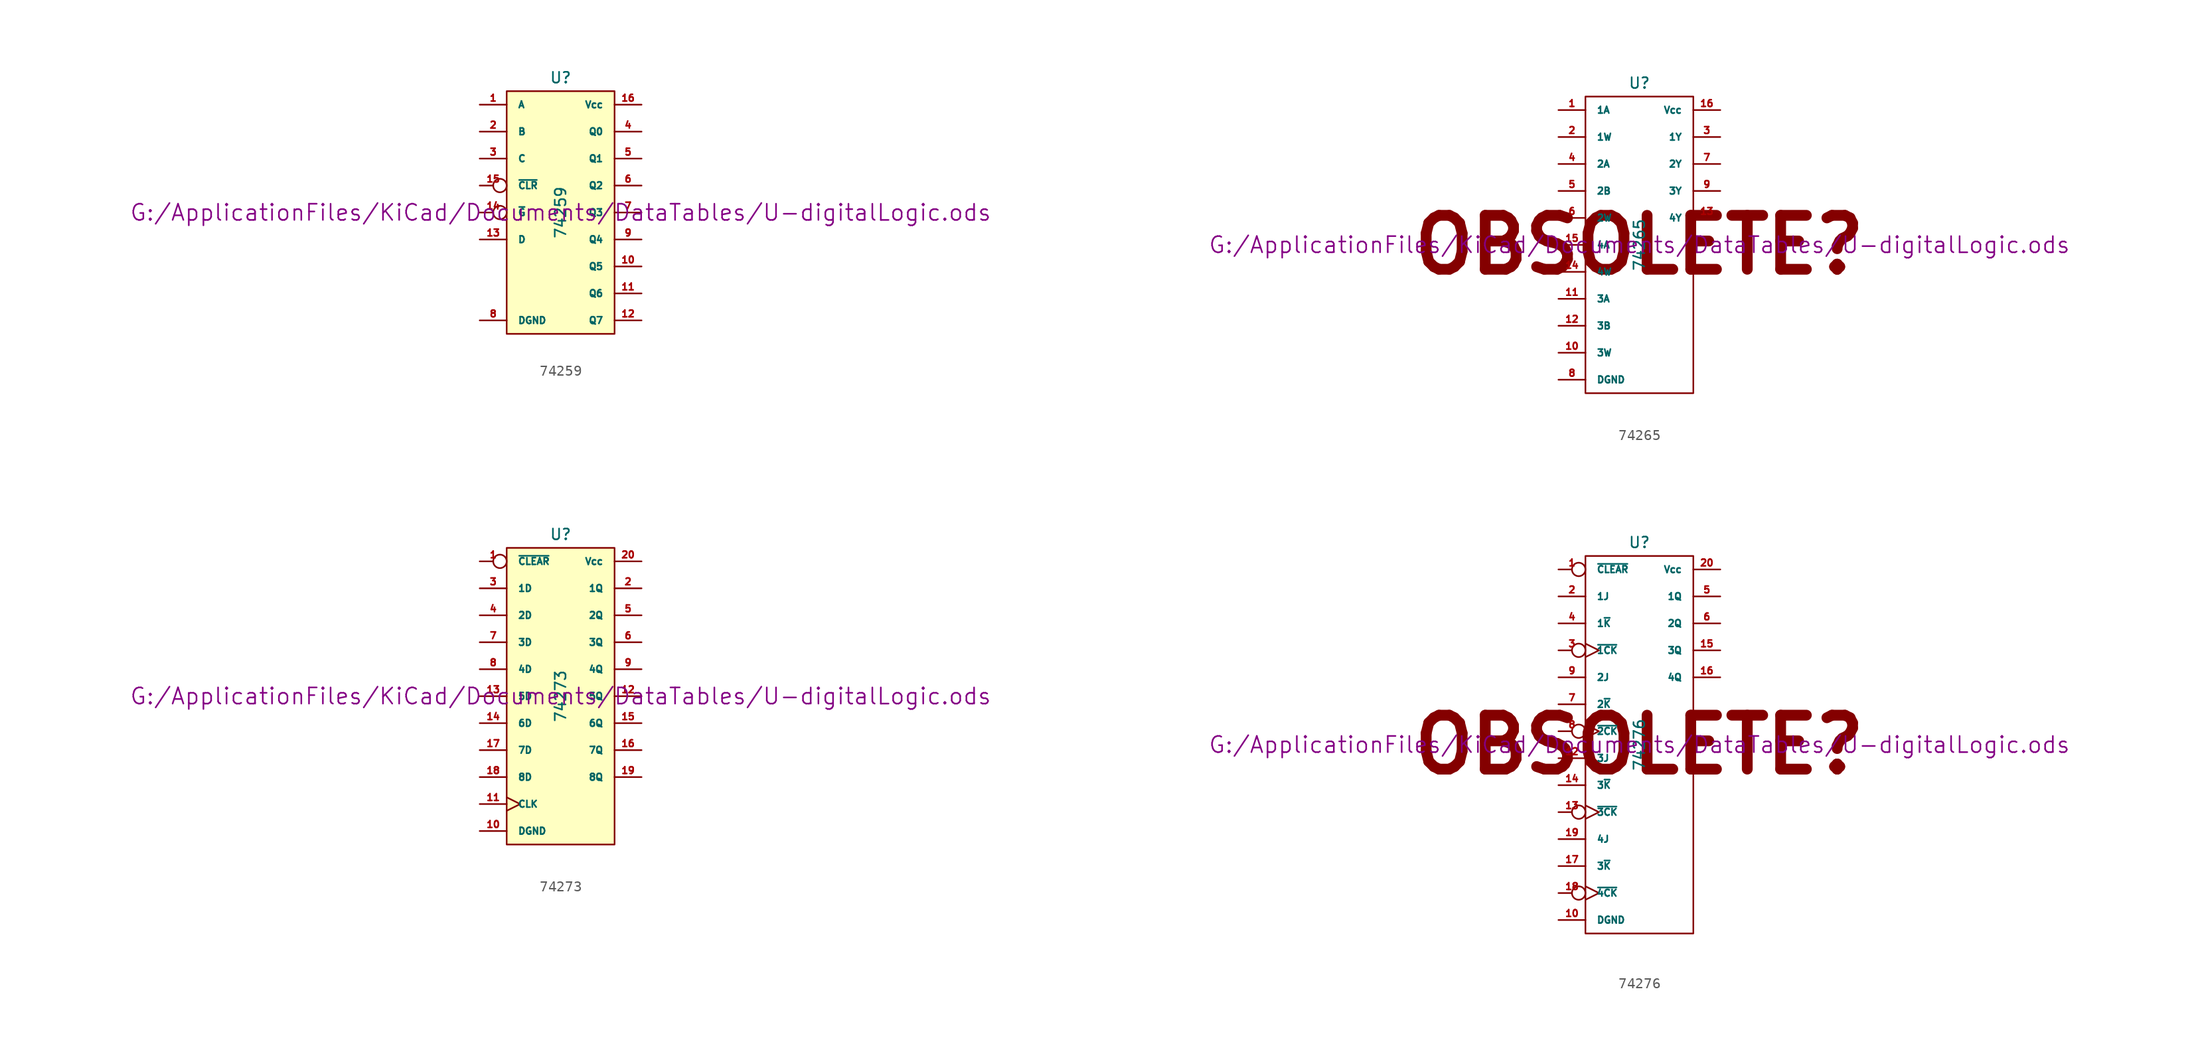
<source format=kicad_sym>
(kicad_symbol_lib
  (version 20211014)
  (generator kicad_symbol_editor)
  (symbol "74259"
    (pin_names
      (offset 1.016))
    (property "Reference" "U"
      (at 0 12.7 0)
      (effects (font (size 1.016 1.016))))
    (property "Value" "74259"
      (at 0 0 90)
      (effects (font (size 1.016 1.016))))
    (property "Footprint" ""
      (at 0 0 0)
      (effects (font (size 1.524 1.524))))
    (property "Datasheet" "G:/ApplicationFiles/KiCad/Documents/DataTables/U-digitalLogic.ods"
      (at 0 0 0)
      (effects (font (size 1.524 1.524))))
    (symbol "74259_0_1"
      (rectangle (start -5.08 11.43) (end 5.08 -11.43) (stroke (width 0) (type default) (color 0 0 0 0)) (fill (type background))))
    (symbol "74259_1_1"
      (pin input line (at -7.62 10.16 0) (length 2.54) (name "A" (effects (font (size 0.635 0.635)))) (number "1" (effects (font (size 0.635 0.635)))))
      (pin output line (at 7.62 -5.08 180) (length 2.54) (name "Q5" (effects (font (size 0.635 0.635)))) (number "10" (effects (font (size 0.635 0.635)))))
      (pin output line (at 7.62 -7.62 180) (length 2.54) (name "Q6" (effects (font (size 0.635 0.635)))) (number "11" (effects (font (size 0.635 0.635)))))
      (pin output line (at 7.62 -10.16 180) (length 2.54) (name "Q7" (effects (font (size 0.635 0.635)))) (number "12" (effects (font (size 0.635 0.635)))))
      (pin input line (at -7.62 -2.54 0) (length 2.54) (name "D" (effects (font (size 0.635 0.635)))) (number "13" (effects (font (size 0.635 0.635)))))
      (pin input inverted (at -7.62 0 0) (length 2.54) (name "~{G}" (effects (font (size 0.635 0.635)))) (number "14" (effects (font (size 0.635 0.635)))))
      (pin input inverted (at -7.62 2.54 0) (length 2.54) (name "~{CLR}" (effects (font (size 0.635 0.635)))) (number "15" (effects (font (size 0.635 0.635)))))
      (pin power_in line (at 7.62 10.16 180) (length 2.54) (name "Vcc" (effects (font (size 0.635 0.635)))) (number "16" (effects (font (size 0.635 0.635)))))
      (pin input line (at -7.62 7.62 0) (length 2.54) (name "B" (effects (font (size 0.635 0.635)))) (number "2" (effects (font (size 0.635 0.635)))))
      (pin input line (at -7.62 5.08 0) (length 2.54) (name "C" (effects (font (size 0.635 0.635)))) (number "3" (effects (font (size 0.635 0.635)))))
      (pin output line (at 7.62 7.62 180) (length 2.54) (name "Q0" (effects (font (size 0.635 0.635)))) (number "4" (effects (font (size 0.635 0.635)))))
      (pin output line (at 7.62 5.08 180) (length 2.54) (name "Q1" (effects (font (size 0.635 0.635)))) (number "5" (effects (font (size 0.635 0.635)))))
      (pin output line (at 7.62 2.54 180) (length 2.54) (name "Q2" (effects (font (size 0.635 0.635)))) (number "6" (effects (font (size 0.635 0.635)))))
      (pin output line (at 7.62 0 180) (length 2.54) (name "Q3" (effects (font (size 0.635 0.635)))) (number "7" (effects (font (size 0.635 0.635)))))
      (pin power_in line (at -7.62 -10.16 0) (length 2.54) (name "DGND" (effects (font (size 0.635 0.635)))) (number "8" (effects (font (size 0.635 0.635)))))
      (pin output line (at 7.62 -2.54 180) (length 2.54) (name "Q4" (effects (font (size 0.635 0.635)))) (number "9" (effects (font (size 0.635 0.635)))))))
  (symbol "74265"
    (pin_names
      (offset 1.016))
    (property "Reference" "U"
      (at 0 15.24 0)
      (effects (font (size 1.016 1.016))))
    (property "Value" "74265"
      (at 0 0 90)
      (effects (font (size 1.016 1.016))))
    (property "Footprint" ""
      (at 0 0 0)
      (effects (font (size 1.524 1.524))))
    (property "Datasheet" "G:/ApplicationFiles/KiCad/Documents/DataTables/U-digitalLogic.ods"
      (at 0 0 0)
      (effects (font (size 1.524 1.524))))
    (symbol "74265_0_0"
      (text "OBSOLETE?" (at 0 0 0) (effects (font (size 5.08 5.08) bold))))
    (symbol "74265_0_1"
      (rectangle (start -5.08 13.97) (end 5.08 -13.97) (stroke (width 0) (type default) (color 0 0 0 0)) (fill (type none))))
    (symbol "74265_1_1"
      (pin input line (at -7.62 12.7 0) (length 2.54) (name "1A" (effects (font (size 0.635 0.635)))) (number "1" (effects (font (size 0.635 0.635)))))
      (pin input line (at -7.62 -10.16 0) (length 2.54) (name "3W" (effects (font (size 0.635 0.635)))) (number "10" (effects (font (size 0.635 0.635)))))
      (pin input line (at -7.62 -5.08 0) (length 2.54) (name "3A" (effects (font (size 0.635 0.635)))) (number "11" (effects (font (size 0.635 0.635)))))
      (pin input line (at -7.62 -7.62 0) (length 2.54) (name "3B" (effects (font (size 0.635 0.635)))) (number "12" (effects (font (size 0.635 0.635)))))
      (pin output line (at 7.62 2.54 180) (length 2.54) (name "4Y" (effects (font (size 0.635 0.635)))) (number "13" (effects (font (size 0.635 0.635)))))
      (pin input line (at -7.62 -2.54 0) (length 2.54) (name "4W" (effects (font (size 0.635 0.635)))) (number "14" (effects (font (size 0.635 0.635)))))
      (pin input line (at -7.62 0 0) (length 2.54) (name "4A" (effects (font (size 0.635 0.635)))) (number "15" (effects (font (size 0.635 0.635)))))
      (pin power_in line (at 7.62 12.7 180) (length 2.54) (name "Vcc" (effects (font (size 0.635 0.635)))) (number "16" (effects (font (size 0.635 0.635)))))
      (pin input line (at -7.62 10.16 0) (length 2.54) (name "1W" (effects (font (size 0.635 0.635)))) (number "2" (effects (font (size 0.635 0.635)))))
      (pin output line (at 7.62 10.16 180) (length 2.54) (name "1Y" (effects (font (size 0.635 0.635)))) (number "3" (effects (font (size 0.635 0.635)))))
      (pin input line (at -7.62 7.62 0) (length 2.54) (name "2A" (effects (font (size 0.635 0.635)))) (number "4" (effects (font (size 0.635 0.635)))))
      (pin input line (at -7.62 5.08 0) (length 2.54) (name "2B" (effects (font (size 0.635 0.635)))) (number "5" (effects (font (size 0.635 0.635)))))
      (pin input line (at -7.62 2.54 0) (length 2.54) (name "2W" (effects (font (size 0.635 0.635)))) (number "6" (effects (font (size 0.635 0.635)))))
      (pin output line (at 7.62 7.62 180) (length 2.54) (name "2Y" (effects (font (size 0.635 0.635)))) (number "7" (effects (font (size 0.635 0.635)))))
      (pin power_in line (at -7.62 -12.7 0) (length 2.54) (name "DGND" (effects (font (size 0.635 0.635)))) (number "8" (effects (font (size 0.635 0.635)))))
      (pin output line (at 7.62 5.08 180) (length 2.54) (name "3Y" (effects (font (size 0.635 0.635)))) (number "9" (effects (font (size 0.635 0.635)))))))
  (symbol "74273"
    (pin_names
      (offset 1.016))
    (property "Reference" "U"
      (at 0 15.24 0)
      (effects (font (size 1.016 1.016))))
    (property "Value" "74273"
      (at 0 0 90)
      (effects (font (size 1.016 1.016))))
    (property "Footprint" ""
      (at 0 0 0)
      (effects (font (size 1.524 1.524))))
    (property "Datasheet" "G:/ApplicationFiles/KiCad/Documents/DataTables/U-digitalLogic.ods"
      (at 0 0 0)
      (effects (font (size 1.524 1.524))))
    (symbol "74273_0_1"
      (rectangle (start -5.08 13.97) (end 5.08 -13.97) (stroke (width 0) (type default) (color 0 0 0 0)) (fill (type background))))
    (symbol "74273_1_1"
      (pin input inverted (at -7.62 12.7 0) (length 2.54) (name "~{CLEAR}" (effects (font (size 0.635 0.635)))) (number "1" (effects (font (size 0.635 0.635)))))
      (pin power_in line (at -7.62 -12.7 0) (length 2.54) (name "DGND" (effects (font (size 0.635 0.635)))) (number "10" (effects (font (size 0.635 0.635)))))
      (pin input clock (at -7.62 -10.16 0) (length 2.54) (name "CLK" (effects (font (size 0.635 0.635)))) (number "11" (effects (font (size 0.635 0.635)))))
      (pin output line (at 7.62 0 180) (length 2.54) (name "5Q" (effects (font (size 0.635 0.635)))) (number "12" (effects (font (size 0.635 0.635)))))
      (pin input line (at -7.62 0 0) (length 2.54) (name "5D" (effects (font (size 0.635 0.635)))) (number "13" (effects (font (size 0.635 0.635)))))
      (pin input line (at -7.62 -2.54 0) (length 2.54) (name "6D" (effects (font (size 0.635 0.635)))) (number "14" (effects (font (size 0.635 0.635)))))
      (pin output line (at 7.62 -2.54 180) (length 2.54) (name "6Q" (effects (font (size 0.635 0.635)))) (number "15" (effects (font (size 0.635 0.635)))))
      (pin output line (at 7.62 -5.08 180) (length 2.54) (name "7Q" (effects (font (size 0.635 0.635)))) (number "16" (effects (font (size 0.635 0.635)))))
      (pin input line (at -7.62 -5.08 0) (length 2.54) (name "7D" (effects (font (size 0.635 0.635)))) (number "17" (effects (font (size 0.635 0.635)))))
      (pin input line (at -7.62 -7.62 0) (length 2.54) (name "8D" (effects (font (size 0.635 0.635)))) (number "18" (effects (font (size 0.635 0.635)))))
      (pin output line (at 7.62 -7.62 180) (length 2.54) (name "8Q" (effects (font (size 0.635 0.635)))) (number "19" (effects (font (size 0.635 0.635)))))
      (pin output line (at 7.62 10.16 180) (length 2.54) (name "1Q" (effects (font (size 0.635 0.635)))) (number "2" (effects (font (size 0.635 0.635)))))
      (pin power_in line (at 7.62 12.7 180) (length 2.54) (name "Vcc" (effects (font (size 0.635 0.635)))) (number "20" (effects (font (size 0.635 0.635)))))
      (pin input line (at -7.62 10.16 0) (length 2.54) (name "1D" (effects (font (size 0.635 0.635)))) (number "3" (effects (font (size 0.635 0.635)))))
      (pin input line (at -7.62 7.62 0) (length 2.54) (name "2D" (effects (font (size 0.635 0.635)))) (number "4" (effects (font (size 0.635 0.635)))))
      (pin output line (at 7.62 7.62 180) (length 2.54) (name "2Q" (effects (font (size 0.635 0.635)))) (number "5" (effects (font (size 0.635 0.635)))))
      (pin output line (at 7.62 5.08 180) (length 2.54) (name "3Q" (effects (font (size 0.635 0.635)))) (number "6" (effects (font (size 0.635 0.635)))))
      (pin input line (at -7.62 5.08 0) (length 2.54) (name "3D" (effects (font (size 0.635 0.635)))) (number "7" (effects (font (size 0.635 0.635)))))
      (pin input line (at -7.62 2.54 0) (length 2.54) (name "4D" (effects (font (size 0.635 0.635)))) (number "8" (effects (font (size 0.635 0.635)))))
      (pin output line (at 7.62 2.54 180) (length 2.54) (name "4Q" (effects (font (size 0.635 0.635)))) (number "9" (effects (font (size 0.635 0.635)))))))
  (symbol "74276"
    (pin_names
      (offset 1.016))
    (property "Reference" "U"
      (at 0 19.05 0)
      (effects (font (size 1.016 1.016))))
    (property "Value" "74276"
      (at 0 0 90)
      (effects (font (size 1.016 1.016))))
    (property "Footprint" ""
      (at 0 0 0)
      (effects (font (size 1.524 1.524))))
    (property "Datasheet" "G:/ApplicationFiles/KiCad/Documents/DataTables/U-digitalLogic.ods"
      (at 0 0 0)
      (effects (font (size 1.524 1.524))))
    (symbol "74276_0_0"
      (text "OBSOLETE?" (at 0 0 0) (effects (font (size 5.08 5.08) bold))))
    (symbol "74276_0_1"
      (rectangle (start -5.08 17.78) (end 5.08 -17.78) (stroke (width 0) (type default) (color 0 0 0 0)) (fill (type none))))
    (symbol "74276_1_1"
      (pin input inverted (at -7.62 16.51 0) (length 2.54) (name "~{CLEAR}" (effects (font (size 0.635 0.635)))) (number "1" (effects (font (size 0.635 0.635)))))
      (pin power_in line (at -7.62 -16.51 0) (length 2.54) (name "DGND" (effects (font (size 0.635 0.635)))) (number "10" (effects (font (size 0.635 0.635)))))
      (pin input line (at -7.62 -1.27 0) (length 2.54) (name "3J" (effects (font (size 0.635 0.635)))) (number "12" (effects (font (size 0.635 0.635)))))
      (pin input inverted_clock (at -7.62 -6.35 0) (length 2.54) (name "~{3CK}" (effects (font (size 0.635 0.635)))) (number "13" (effects (font (size 0.635 0.635)))))
      (pin input line (at -7.62 -3.81 0) (length 2.54) (name "3~{K}" (effects (font (size 0.635 0.635)))) (number "14" (effects (font (size 0.635 0.635)))))
      (pin output line (at 7.62 8.89 180) (length 2.54) (name "3Q" (effects (font (size 0.635 0.635)))) (number "15" (effects (font (size 0.635 0.635)))))
      (pin output line (at 7.62 6.35 180) (length 2.54) (name "4Q" (effects (font (size 0.635 0.635)))) (number "16" (effects (font (size 0.635 0.635)))))
      (pin input line (at -7.62 -11.43 0) (length 2.54) (name "3~{K}" (effects (font (size 0.635 0.635)))) (number "17" (effects (font (size 0.635 0.635)))))
      (pin input inverted_clock (at -7.62 -13.97 0) (length 2.54) (name "~{4CK}" (effects (font (size 0.635 0.635)))) (number "18" (effects (font (size 0.635 0.635)))))
      (pin input line (at -7.62 -8.89 0) (length 2.54) (name "4J" (effects (font (size 0.635 0.635)))) (number "19" (effects (font (size 0.635 0.635)))))
      (pin input line (at -7.62 13.97 0) (length 2.54) (name "1J" (effects (font (size 0.635 0.635)))) (number "2" (effects (font (size 0.635 0.635)))))
      (pin power_in line (at 7.62 16.51 180) (length 2.54) (name "Vcc" (effects (font (size 0.635 0.635)))) (number "20" (effects (font (size 0.635 0.635)))))
      (pin input inverted_clock (at -7.62 8.89 0) (length 2.54) (name "~{1CK}" (effects (font (size 0.635 0.635)))) (number "3" (effects (font (size 0.635 0.635)))))
      (pin input line (at -7.62 11.43 0) (length 2.54) (name "1~{K}" (effects (font (size 0.635 0.635)))) (number "4" (effects (font (size 0.635 0.635)))))
      (pin output line (at 7.62 13.97 180) (length 2.54) (name "1Q" (effects (font (size 0.635 0.635)))) (number "5" (effects (font (size 0.635 0.635)))))
      (pin output line (at 7.62 11.43 180) (length 2.54) (name "2Q" (effects (font (size 0.635 0.635)))) (number "6" (effects (font (size 0.635 0.635)))))
      (pin input line (at -7.62 3.81 0) (length 2.54) (name "2~{K}" (effects (font (size 0.635 0.635)))) (number "7" (effects (font (size 0.635 0.635)))))
      (pin input inverted_clock (at -7.62 1.27 0) (length 2.54) (name "~{2CK}" (effects (font (size 0.635 0.635)))) (number "8" (effects (font (size 0.635 0.635)))))
      (pin input line (at -7.62 6.35 0) (length 2.54) (name "2J" (effects (font (size 0.635 0.635)))) (number "9" (effects (font (size 0.635 0.635))))))))
</source>
